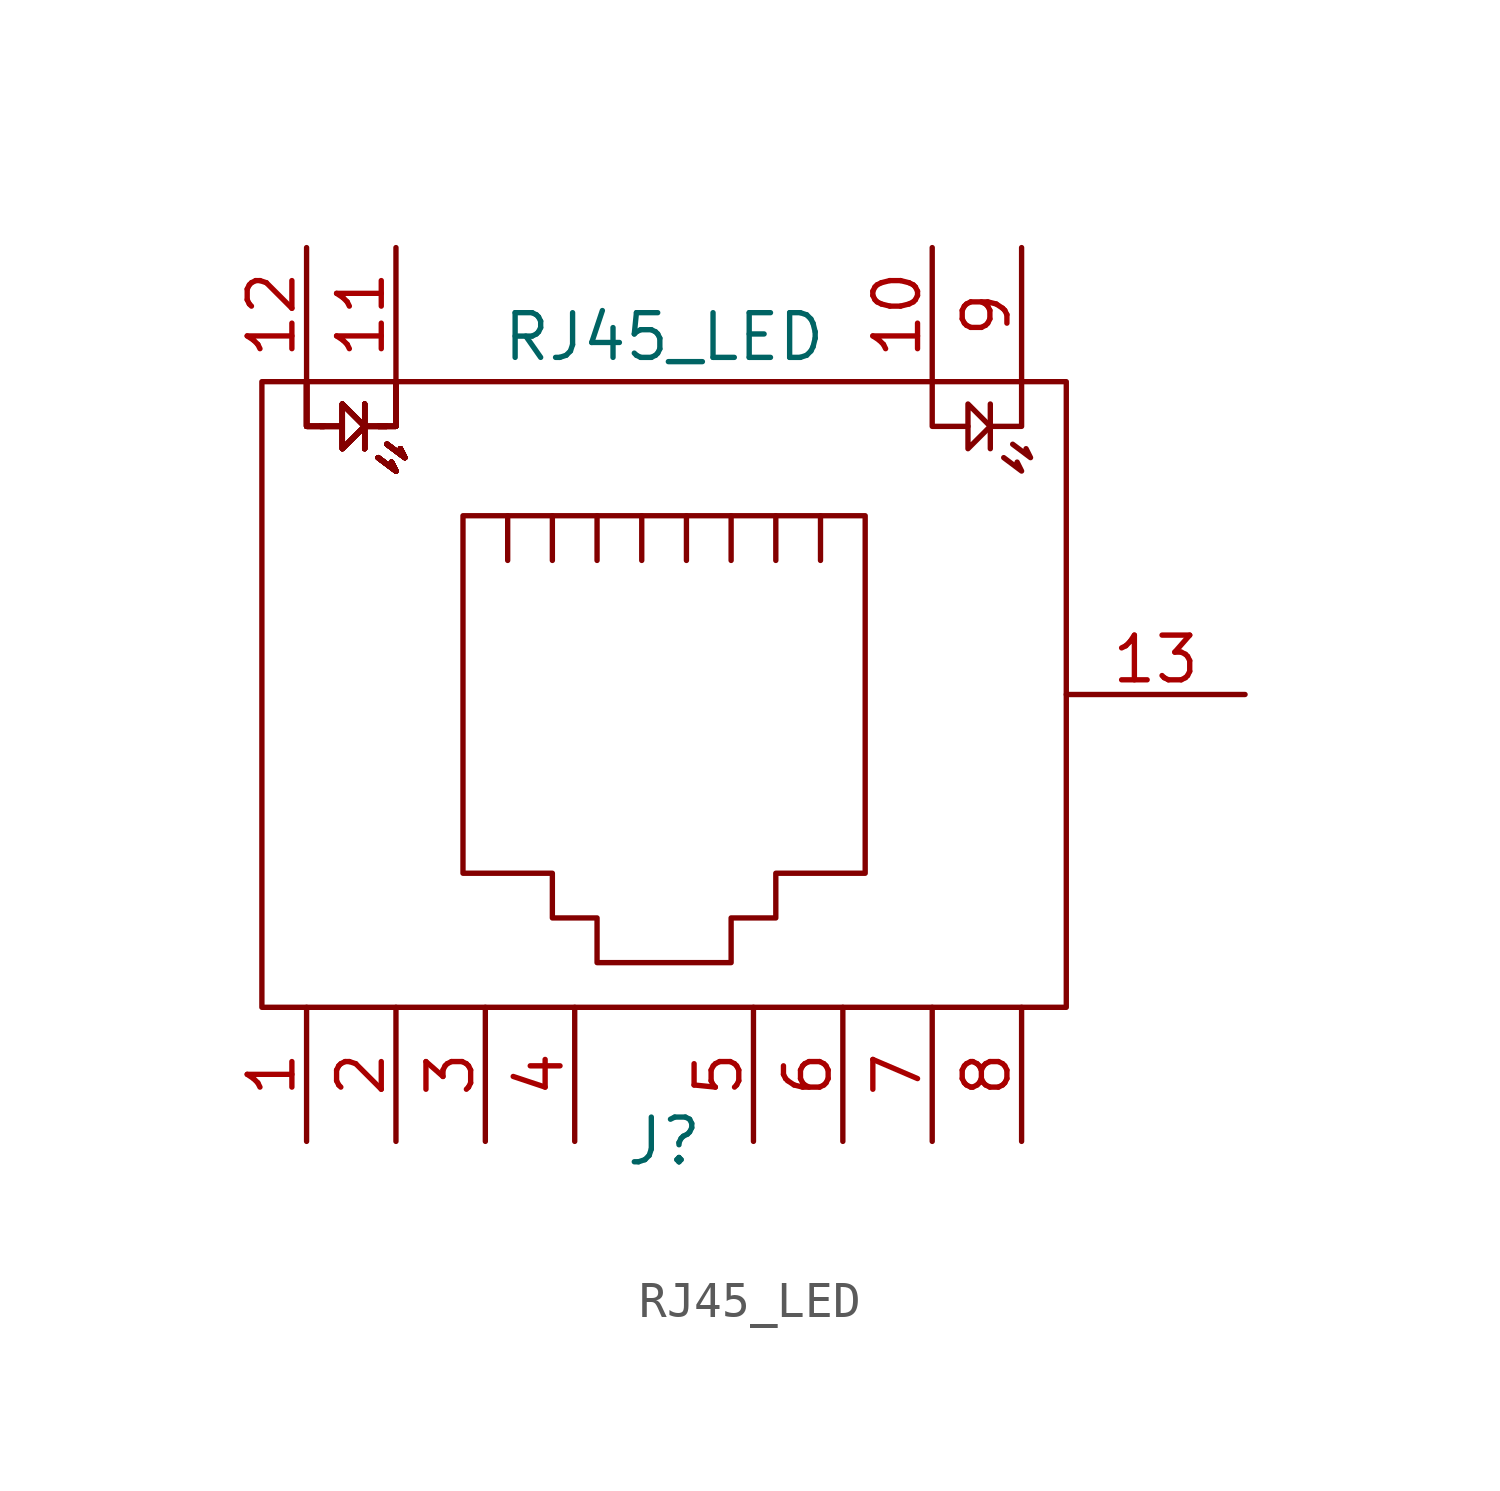
<source format=kicad_sym>
(kicad_symbol_lib
  (version 20211014)
  (generator kicad_symbol_editor)
  (symbol "RJ45_LED"
    (pin_names
      (offset 1.016))
    (property "Reference" "J"
      (at 0 -12.7 0)
      (effects (font (size 1.27 1.27))))
    (property "Value" "RJ45_LED"
      (at 0 10.16 0)
      (effects (font (size 1.27 1.27))))
    (property "Footprint" ""
      (at 0 -1.27 0)
      (effects (font (size 1.524 1.524))))
    (property "Datasheet" ""
      (at 0 -1.27 0)
      (effects (font (size 1.524 1.524))))
    (symbol "RJ45_LED_0_1"
      (rectangle (start -11.43 -8.89) (end 11.43 8.89) (stroke (width 0) (type default) (color 0 0 0 0)) (fill (type none)))
      (polyline (pts (xy 9.271 8.255) (xy 9.271 6.985)) (stroke (width 0) (type default) (color 0 0 0 0)) (fill (type none)))
      (polyline (pts (xy -10.16 8.89) (xy -10.16 7.62) (xy -9.652 7.62)) (stroke (width 0) (type default) (color 0 0 0 0)) (fill (type none)))
      (polyline (pts (xy -10.16 8.89) (xy -10.16 7.62) (xy -9.652 7.62)) (stroke (width 0) (type default) (color 0 0 0 0)) (fill (type none)))
      (polyline (pts (xy -10.16 8.89) (xy -10.16 7.62) (xy -9.652 7.62)) (stroke (width 0) (type default) (color 0 0 0 0)) (fill (type none)))
      (polyline (pts (xy -10.16 8.89) (xy -10.16 7.62) (xy -9.652 7.62)) (stroke (width 0) (type default) (color 0 0 0 0)) (fill (type none)))
      (polyline (pts (xy -10.16 8.89) (xy -10.16 7.62) (xy -9.652 7.62)) (stroke (width 0) (type default) (color 0 0 0 0)) (fill (type none)))
      (polyline (pts (xy -10.16 8.89) (xy -10.16 7.62) (xy -9.652 7.62)) (stroke (width 0) (type default) (color 0 0 0 0)) (fill (type none)))
      (polyline (pts (xy -10.16 8.89) (xy -10.16 7.62) (xy -9.652 7.62)) (stroke (width 0) (type default) (color 0 0 0 0)) (fill (type none)))
      (polyline (pts (xy -10.16 8.89) (xy -10.16 7.62) (xy -9.652 7.62)) (stroke (width 0) (type default) (color 0 0 0 0)) (fill (type none)))
      (polyline (pts (xy -8.128 6.731) (xy -7.62 6.35) (xy -7.747 6.604)) (stroke (width 0) (type default) (color 0 0 0 0)) (fill (type none)))
      (polyline (pts (xy -8.128 6.731) (xy -7.62 6.35) (xy -7.747 6.604)) (stroke (width 0) (type default) (color 0 0 0 0)) (fill (type none)))
      (polyline (pts (xy -8.128 6.731) (xy -7.62 6.35) (xy -7.747 6.604)) (stroke (width 0) (type default) (color 0 0 0 0)) (fill (type none)))
      (polyline (pts (xy -8.128 6.731) (xy -7.62 6.35) (xy -7.747 6.604)) (stroke (width 0) (type default) (color 0 0 0 0)) (fill (type none)))
      (polyline (pts (xy -8.128 6.731) (xy -7.62 6.35) (xy -7.747 6.604)) (stroke (width 0) (type default) (color 0 0 0 0)) (fill (type none)))
      (polyline (pts (xy -8.128 6.731) (xy -7.62 6.35) (xy -7.747 6.604)) (stroke (width 0) (type default) (color 0 0 0 0)) (fill (type none)))
      (polyline (pts (xy -8.128 6.731) (xy -7.62 6.35) (xy -7.747 6.604)) (stroke (width 0) (type default) (color 0 0 0 0)) (fill (type none)))
      (polyline (pts (xy -8.128 6.731) (xy -7.62 6.35) (xy -7.747 6.604)) (stroke (width 0) (type default) (color 0 0 0 0)) (fill (type none)))
      (polyline (pts (xy -8.128 6.731) (xy -7.62 6.35) (xy -7.747 6.604)) (stroke (width 0) (type default) (color 0 0 0 0)) (fill (type none)))
      (polyline (pts (xy -8.128 6.731) (xy -7.62 6.35) (xy -7.747 6.604)) (stroke (width 0) (type default) (color 0 0 0 0)) (fill (type none)))
      (polyline (pts (xy -8.128 6.731) (xy -7.62 6.35) (xy -7.747 6.604)) (stroke (width 0) (type default) (color 0 0 0 0)) (fill (type none)))
      (polyline (pts (xy -8.128 6.731) (xy -7.62 6.35) (xy -7.747 6.604)) (stroke (width 0) (type default) (color 0 0 0 0)) (fill (type none)))
      (polyline (pts (xy -8.128 6.731) (xy -7.62 6.35) (xy -7.747 6.604)) (stroke (width 0) (type default) (color 0 0 0 0)) (fill (type none)))
      (polyline (pts (xy -8.128 6.731) (xy -7.62 6.35) (xy -7.747 6.604)) (stroke (width 0) (type default) (color 0 0 0 0)) (fill (type none)))
      (polyline (pts (xy -8.128 6.731) (xy -7.62 6.35) (xy -7.747 6.604)) (stroke (width 0) (type default) (color 0 0 0 0)) (fill (type none)))
      (polyline (pts (xy -8.128 6.731) (xy -7.62 6.35) (xy -7.747 6.604)) (stroke (width 0) (type default) (color 0 0 0 0)) (fill (type none)))
      (polyline (pts (xy -7.874 7.112) (xy -7.366 6.731) (xy -7.493 6.985)) (stroke (width 0) (type default) (color 0 0 0 0)) (fill (type none)))
      (polyline (pts (xy -7.874 7.112) (xy -7.366 6.731) (xy -7.493 6.985)) (stroke (width 0) (type default) (color 0 0 0 0)) (fill (type none)))
      (polyline (pts (xy -7.874 7.112) (xy -7.366 6.731) (xy -7.493 6.985)) (stroke (width 0) (type default) (color 0 0 0 0)) (fill (type none)))
      (polyline (pts (xy -7.874 7.112) (xy -7.366 6.731) (xy -7.493 6.985)) (stroke (width 0) (type default) (color 0 0 0 0)) (fill (type none)))
      (polyline (pts (xy -7.874 7.112) (xy -7.366 6.731) (xy -7.493 6.985)) (stroke (width 0) (type default) (color 0 0 0 0)) (fill (type none)))
      (polyline (pts (xy -7.874 7.112) (xy -7.366 6.731) (xy -7.493 6.985)) (stroke (width 0) (type default) (color 0 0 0 0)) (fill (type none)))
      (polyline (pts (xy -7.874 7.112) (xy -7.366 6.731) (xy -7.493 6.985)) (stroke (width 0) (type default) (color 0 0 0 0)) (fill (type none)))
      (polyline (pts (xy -7.874 7.112) (xy -7.366 6.731) (xy -7.493 6.985)) (stroke (width 0) (type default) (color 0 0 0 0)) (fill (type none)))
      (polyline (pts (xy -7.874 7.112) (xy -7.366 6.731) (xy -7.493 6.985)) (stroke (width 0) (type default) (color 0 0 0 0)) (fill (type none)))
      (polyline (pts (xy -7.874 7.112) (xy -7.366 6.731) (xy -7.493 6.985)) (stroke (width 0) (type default) (color 0 0 0 0)) (fill (type none)))
      (polyline (pts (xy -7.874 7.112) (xy -7.366 6.731) (xy -7.493 6.985)) (stroke (width 0) (type default) (color 0 0 0 0)) (fill (type none)))
      (polyline (pts (xy -7.874 7.112) (xy -7.366 6.731) (xy -7.493 6.985)) (stroke (width 0) (type default) (color 0 0 0 0)) (fill (type none)))
      (polyline (pts (xy -7.874 7.112) (xy -7.366 6.731) (xy -7.493 6.985)) (stroke (width 0) (type default) (color 0 0 0 0)) (fill (type none)))
      (polyline (pts (xy -7.874 7.112) (xy -7.366 6.731) (xy -7.493 6.985)) (stroke (width 0) (type default) (color 0 0 0 0)) (fill (type none)))
      (polyline (pts (xy -7.874 7.112) (xy -7.366 6.731) (xy -7.493 6.985)) (stroke (width 0) (type default) (color 0 0 0 0)) (fill (type none)))
      (polyline (pts (xy -7.874 7.112) (xy -7.366 6.731) (xy -7.493 6.985)) (stroke (width 0) (type default) (color 0 0 0 0)) (fill (type none)))
      (polyline (pts (xy -7.62 8.89) (xy -7.62 7.62) (xy -8.128 7.62)) (stroke (width 0) (type default) (color 0 0 0 0)) (fill (type none)))
      (polyline (pts (xy -7.62 8.89) (xy -7.62 7.62) (xy -8.128 7.62)) (stroke (width 0) (type default) (color 0 0 0 0)) (fill (type none)))
      (polyline (pts (xy -7.62 8.89) (xy -7.62 7.62) (xy -8.128 7.62)) (stroke (width 0) (type default) (color 0 0 0 0)) (fill (type none)))
      (polyline (pts (xy -7.62 8.89) (xy -7.62 7.62) (xy -8.128 7.62)) (stroke (width 0) (type default) (color 0 0 0 0)) (fill (type none)))
      (polyline (pts (xy -7.62 8.89) (xy -7.62 7.62) (xy -8.128 7.62)) (stroke (width 0) (type default) (color 0 0 0 0)) (fill (type none)))
      (polyline (pts (xy -7.62 8.89) (xy -7.62 7.62) (xy -8.128 7.62)) (stroke (width 0) (type default) (color 0 0 0 0)) (fill (type none)))
      (polyline (pts (xy -7.62 8.89) (xy -7.62 7.62) (xy -8.128 7.62)) (stroke (width 0) (type default) (color 0 0 0 0)) (fill (type none)))
      (polyline (pts (xy -7.62 8.89) (xy -7.62 7.62) (xy -8.128 7.62)) (stroke (width 0) (type default) (color 0 0 0 0)) (fill (type none)))
      (polyline (pts (xy -4.445 3.81) (xy -4.445 5.08) (xy -4.445 5.08)) (stroke (width 0) (type default) (color 0 0 0 0)) (fill (type none)))
      (polyline (pts (xy -3.175 5.08) (xy -3.175 3.81) (xy -3.175 3.81)) (stroke (width 0) (type default) (color 0 0 0 0)) (fill (type none)))
      (polyline (pts (xy -1.905 5.08) (xy -1.905 3.81) (xy -1.905 3.81)) (stroke (width 0) (type default) (color 0 0 0 0)) (fill (type none)))
      (polyline (pts (xy -0.635 5.08) (xy -0.635 3.81) (xy -0.635 3.81)) (stroke (width 0) (type default) (color 0 0 0 0)) (fill (type none)))
      (polyline (pts (xy 0.635 5.08) (xy 0.635 3.81) (xy 0.635 3.81)) (stroke (width 0) (type default) (color 0 0 0 0)) (fill (type none)))
      (polyline (pts (xy 1.905 5.08) (xy 1.905 3.81) (xy 1.905 3.81)) (stroke (width 0) (type default) (color 0 0 0 0)) (fill (type none)))
      (polyline (pts (xy 3.175 3.81) (xy 3.175 5.08) (xy 3.175 5.08)) (stroke (width 0) (type default) (color 0 0 0 0)) (fill (type none)))
      (polyline (pts (xy 4.445 3.81) (xy 4.445 5.08) (xy 4.445 5.08)) (stroke (width 0) (type default) (color 0 0 0 0)) (fill (type none)))
      (polyline (pts (xy 7.62 8.89) (xy 7.62 7.62) (xy 8.636 7.62)) (stroke (width 0) (type default) (color 0 0 0 0)) (fill (type none)))
      (polyline (pts (xy 9.271 7.62) (xy 10.16 7.62) (xy 10.16 8.89)) (stroke (width 0) (type default) (color 0 0 0 0)) (fill (type none)))
      (polyline (pts (xy 9.652 6.731) (xy 10.16 6.35) (xy 10.033 6.604)) (stroke (width 0) (type default) (color 0 0 0 0)) (fill (type none)))
      (polyline (pts (xy 9.906 7.112) (xy 10.414 6.731) (xy 10.287 6.985)) (stroke (width 0) (type default) (color 0 0 0 0)) (fill (type none)))
      (polyline (pts (xy -8.509 8.255) (xy -8.509 6.985) (xy -8.509 7.62) (xy -7.874 7.62)) (stroke (width 0) (type default) (color 0 0 0 0)) (fill (type none)))
      (polyline (pts (xy -8.509 8.255) (xy -8.509 6.985) (xy -8.509 7.62) (xy -7.874 7.62)) (stroke (width 0) (type default) (color 0 0 0 0)) (fill (type none)))
      (polyline (pts (xy -8.509 8.255) (xy -8.509 6.985) (xy -8.509 7.62) (xy -7.874 7.62)) (stroke (width 0) (type default) (color 0 0 0 0)) (fill (type none)))
      (polyline (pts (xy -8.509 8.255) (xy -8.509 6.985) (xy -8.509 7.62) (xy -7.874 7.62)) (stroke (width 0) (type default) (color 0 0 0 0)) (fill (type none)))
      (polyline (pts (xy -8.509 8.255) (xy -8.509 6.985) (xy -8.509 7.62) (xy -7.874 7.62)) (stroke (width 0) (type default) (color 0 0 0 0)) (fill (type none)))
      (polyline (pts (xy -8.509 8.255) (xy -8.509 6.985) (xy -8.509 7.62) (xy -7.874 7.62)) (stroke (width 0) (type default) (color 0 0 0 0)) (fill (type none)))
      (polyline (pts (xy -8.509 8.255) (xy -8.509 6.985) (xy -8.509 7.62) (xy -7.874 7.62)) (stroke (width 0) (type default) (color 0 0 0 0)) (fill (type none)))
      (polyline (pts (xy -8.509 8.255) (xy -8.509 6.985) (xy -8.509 7.62) (xy -7.874 7.62)) (stroke (width 0) (type default) (color 0 0 0 0)) (fill (type none)))
      (polyline (pts (xy 8.636 7.62) (xy 8.636 8.255) (xy 9.271 7.62) (xy 8.636 6.985) (xy 8.636 7.62)) (stroke (width 0) (type default) (color 0 0 0 0)) (fill (type none)))
      (polyline (pts (xy -9.779 7.62) (xy -9.144 7.62) (xy -9.144 8.255) (xy -8.509 7.62) (xy -9.144 6.985) (xy -9.144 7.62)) (stroke (width 0) (type default) (color 0 0 0 0)) (fill (type none)))
      (polyline (pts (xy -9.779 7.62) (xy -9.144 7.62) (xy -9.144 8.255) (xy -8.509 7.62) (xy -9.144 6.985) (xy -9.144 7.62)) (stroke (width 0) (type default) (color 0 0 0 0)) (fill (type none)))
      (polyline (pts (xy -9.779 7.62) (xy -9.144 7.62) (xy -9.144 8.255) (xy -8.509 7.62) (xy -9.144 6.985) (xy -9.144 7.62)) (stroke (width 0) (type default) (color 0 0 0 0)) (fill (type none)))
      (polyline (pts (xy -9.779 7.62) (xy -9.144 7.62) (xy -9.144 8.255) (xy -8.509 7.62) (xy -9.144 6.985) (xy -9.144 7.62)) (stroke (width 0) (type default) (color 0 0 0 0)) (fill (type none)))
      (polyline (pts (xy -9.779 7.62) (xy -9.144 7.62) (xy -9.144 8.255) (xy -8.509 7.62) (xy -9.144 6.985) (xy -9.144 7.62)) (stroke (width 0) (type default) (color 0 0 0 0)) (fill (type none)))
      (polyline (pts (xy -9.779 7.62) (xy -9.144 7.62) (xy -9.144 8.255) (xy -8.509 7.62) (xy -9.144 6.985) (xy -9.144 7.62)) (stroke (width 0) (type default) (color 0 0 0 0)) (fill (type none)))
      (polyline (pts (xy -9.779 7.62) (xy -9.144 7.62) (xy -9.144 8.255) (xy -8.509 7.62) (xy -9.144 6.985) (xy -9.144 7.62)) (stroke (width 0) (type default) (color 0 0 0 0)) (fill (type none)))
      (polyline (pts (xy -9.779 7.62) (xy -9.144 7.62) (xy -9.144 8.255) (xy -8.509 7.62) (xy -9.144 6.985) (xy -9.144 7.62)) (stroke (width 0) (type default) (color 0 0 0 0)) (fill (type none)))
      (polyline (pts (xy -5.715 5.08) (xy 5.715 5.08) (xy 5.715 -5.08) (xy 3.175 -5.08) (xy 3.175 -6.35) (xy 1.905 -6.35) (xy 1.905 -7.62) (xy -1.905 -7.62) (xy -1.905 -6.35) (xy -3.175 -6.35) (xy -3.175 -5.08) (xy -5.715 -5.08) (xy -5.715 5.08) (xy -5.715 5.08)) (stroke (width 0) (type default) (color 0 0 0 0)) (fill (type none))))
    (symbol "RJ45_LED_1_1"
      (pin passive line (at -10.16 -12.7 90) (length 3.81) (name "~" (effects (font (size 1.27 1.27)))) (number "1" (effects (font (size 1.27 1.27)))))
      (pin passive line (at 7.62 12.7 270) (length 3.81) (name "~" (effects (font (size 1.27 1.27)))) (number "10" (effects (font (size 1.27 1.27)))))
      (pin passive line (at -7.62 12.7 270) (length 3.81) (name "~" (effects (font (size 1.27 1.27)))) (number "11" (effects (font (size 1.27 1.27)))))
      (pin passive line (at -10.16 12.7 270) (length 3.81) (name "~" (effects (font (size 1.27 1.27)))) (number "12" (effects (font (size 1.27 1.27)))))
      (pin passive line (at 16.51 0 180) (length 5.08) (name "~" (effects (font (size 1.27 1.27)))) (number "13" (effects (font (size 1.27 1.27)))))
      (pin passive line (at -7.62 -12.7 90) (length 3.81) (name "~" (effects (font (size 1.27 1.27)))) (number "2" (effects (font (size 1.27 1.27)))))
      (pin passive line (at -5.08 -12.7 90) (length 3.81) (name "~" (effects (font (size 1.27 1.27)))) (number "3" (effects (font (size 1.27 1.27)))))
      (pin passive line (at -2.54 -12.7 90) (length 3.81) (name "~" (effects (font (size 1.27 1.27)))) (number "4" (effects (font (size 1.27 1.27)))))
      (pin passive line (at 2.54 -12.7 90) (length 3.81) (name "~" (effects (font (size 1.27 1.27)))) (number "5" (effects (font (size 1.27 1.27)))))
      (pin passive line (at 5.08 -12.7 90) (length 3.81) (name "~" (effects (font (size 1.27 1.27)))) (number "6" (effects (font (size 1.27 1.27)))))
      (pin passive line (at 7.62 -12.7 90) (length 3.81) (name "~" (effects (font (size 1.27 1.27)))) (number "7" (effects (font (size 1.27 1.27)))))
      (pin passive line (at 10.16 -12.7 90) (length 3.81) (name "~" (effects (font (size 1.27 1.27)))) (number "8" (effects (font (size 1.27 1.27)))))
      (pin passive line (at 10.16 12.7 270) (length 3.81) (name "~" (effects (font (size 1.27 1.27)))) (number "9" (effects (font (size 1.27 1.27))))))))
</source>
